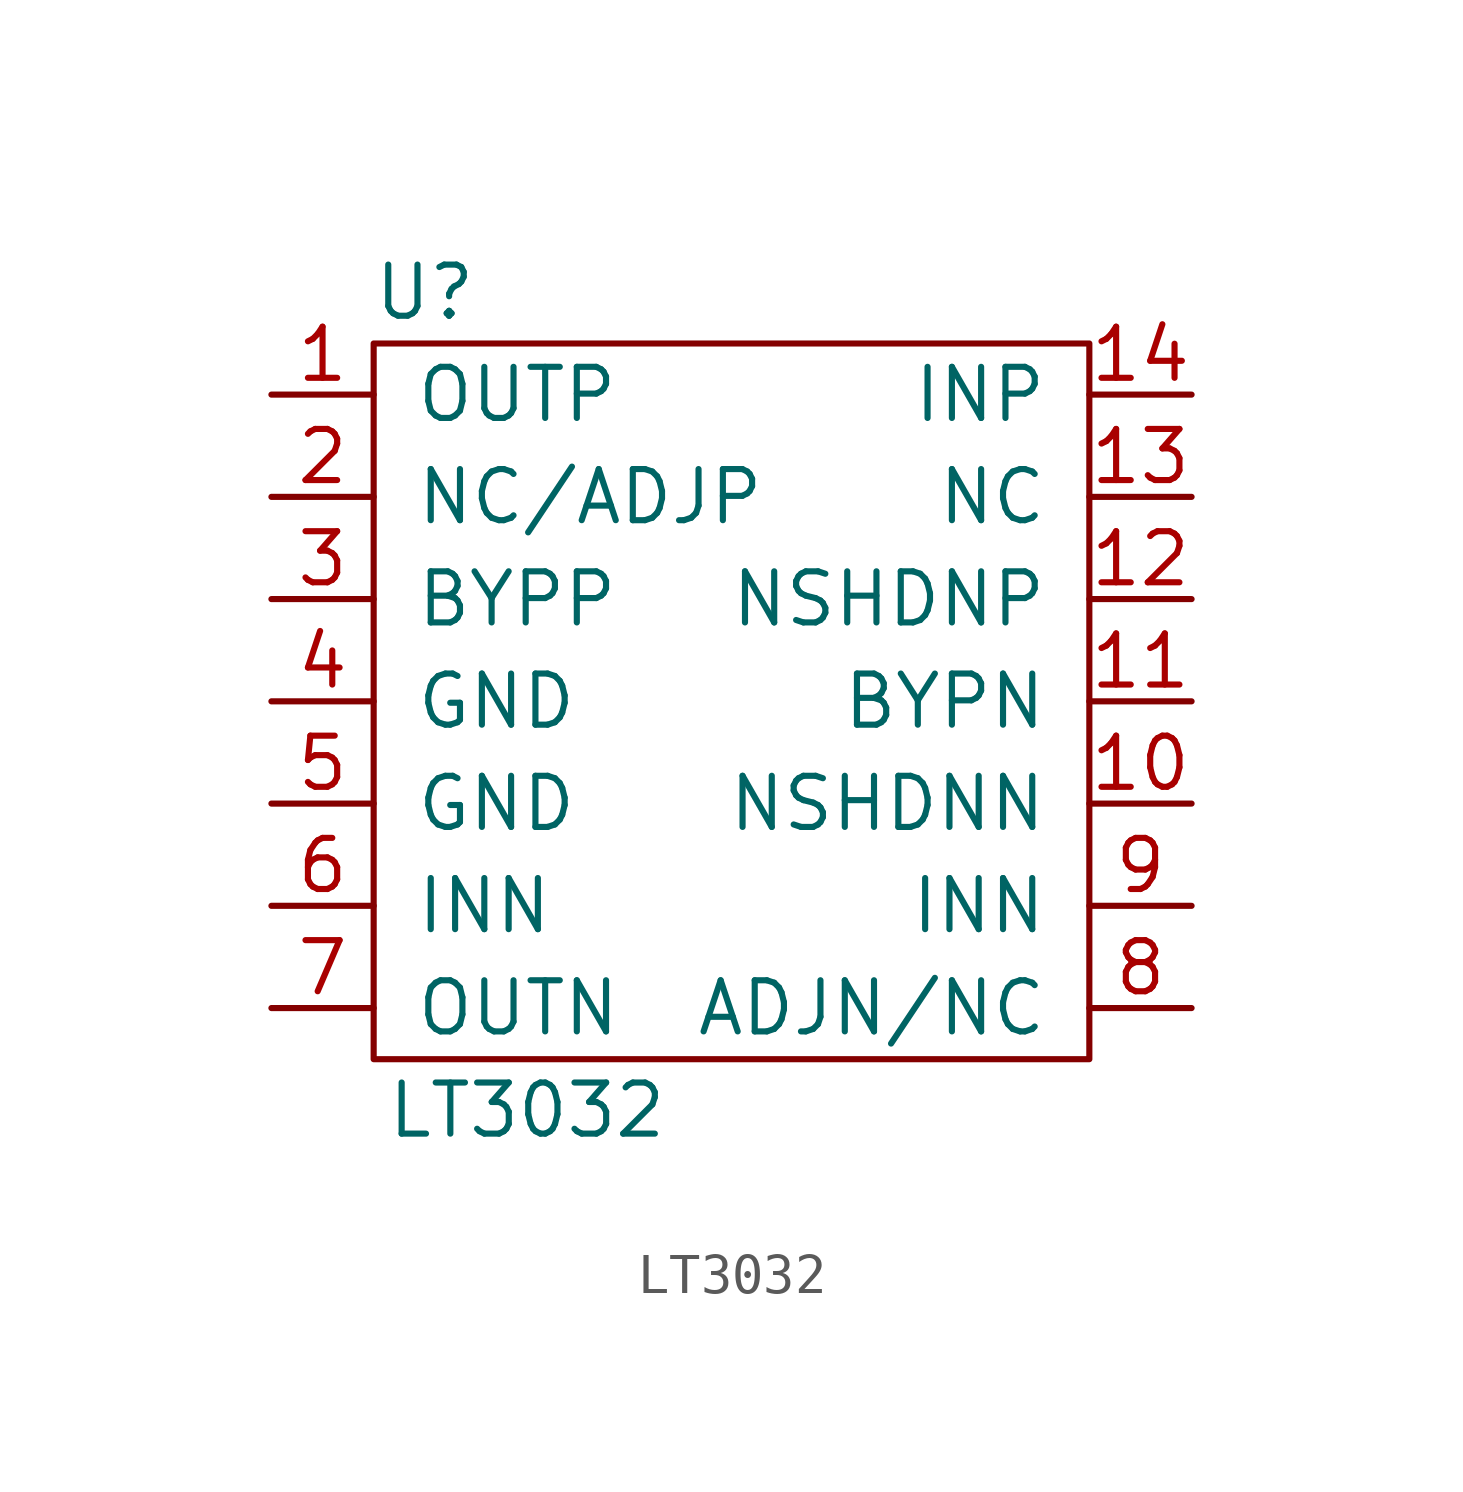
<source format=kicad_sym>
(kicad_symbol_lib
  (version 20211014)
  (generator kicad_symbol_editor)
  (symbol "LT3032"
    (pin_names
      (offset 1.016))
    (property "Reference" "U"
      (at -7.62 7.62 0)
      (effects (font (size 1.27 1.27))))
    (property "Value" "LT3032"
      (at -5.08 -12.7 0)
      (effects (font (size 1.27 1.27))))
    (symbol "LT3032_0_1"
      (rectangle (start -8.89 6.35) (end 8.89 -11.43) (stroke (width 0) (type default) (color 0 0 0 0)) (fill (type none))))
    (symbol "LT3032_1_1"
      (pin power_in line (at -11.43 5.08 0) (length 2.54) (name "OUTP" (effects (font (size 1.27 1.27)))) (number "1" (effects (font (size 1.27 1.27)))))
      (pin power_in line (at 11.43 -5.08 180) (length 2.54) (name "NSHDNN" (effects (font (size 1.27 1.27)))) (number "10" (effects (font (size 1.27 1.27)))))
      (pin power_in line (at 11.43 -2.54 180) (length 2.54) (name "BYPN" (effects (font (size 1.27 1.27)))) (number "11" (effects (font (size 1.27 1.27)))))
      (pin power_in line (at 11.43 0 180) (length 2.54) (name "NSHDNP" (effects (font (size 1.27 1.27)))) (number "12" (effects (font (size 1.27 1.27)))))
      (pin power_in line (at 11.43 2.54 180) (length 2.54) (name "NC" (effects (font (size 1.27 1.27)))) (number "13" (effects (font (size 1.27 1.27)))))
      (pin power_in line (at 11.43 5.08 180) (length 2.54) (name "INP" (effects (font (size 1.27 1.27)))) (number "14" (effects (font (size 1.27 1.27)))))
      (pin power_in line (at -11.43 2.54 0) (length 2.54) (name "NC/ADJP" (effects (font (size 1.27 1.27)))) (number "2" (effects (font (size 1.27 1.27)))))
      (pin power_in line (at -11.43 0 0) (length 2.54) (name "BYPP" (effects (font (size 1.27 1.27)))) (number "3" (effects (font (size 1.27 1.27)))))
      (pin power_in line (at -11.43 -2.54 0) (length 2.54) (name "GND" (effects (font (size 1.27 1.27)))) (number "4" (effects (font (size 1.27 1.27)))))
      (pin power_in line (at -11.43 -5.08 0) (length 2.54) (name "GND" (effects (font (size 1.27 1.27)))) (number "5" (effects (font (size 1.27 1.27)))))
      (pin power_in line (at -11.43 -7.62 0) (length 2.54) (name "INN" (effects (font (size 1.27 1.27)))) (number "6" (effects (font (size 1.27 1.27)))))
      (pin power_in line (at -11.43 -10.16 0) (length 2.54) (name "OUTN" (effects (font (size 1.27 1.27)))) (number "7" (effects (font (size 1.27 1.27)))))
      (pin power_in line (at 11.43 -10.16 180) (length 2.54) (name "ADJN/NC" (effects (font (size 1.27 1.27)))) (number "8" (effects (font (size 1.27 1.27)))))
      (pin power_in line (at 11.43 -7.62 180) (length 2.54) (name "INN" (effects (font (size 1.27 1.27)))) (number "9" (effects (font (size 1.27 1.27))))))))
</source>
